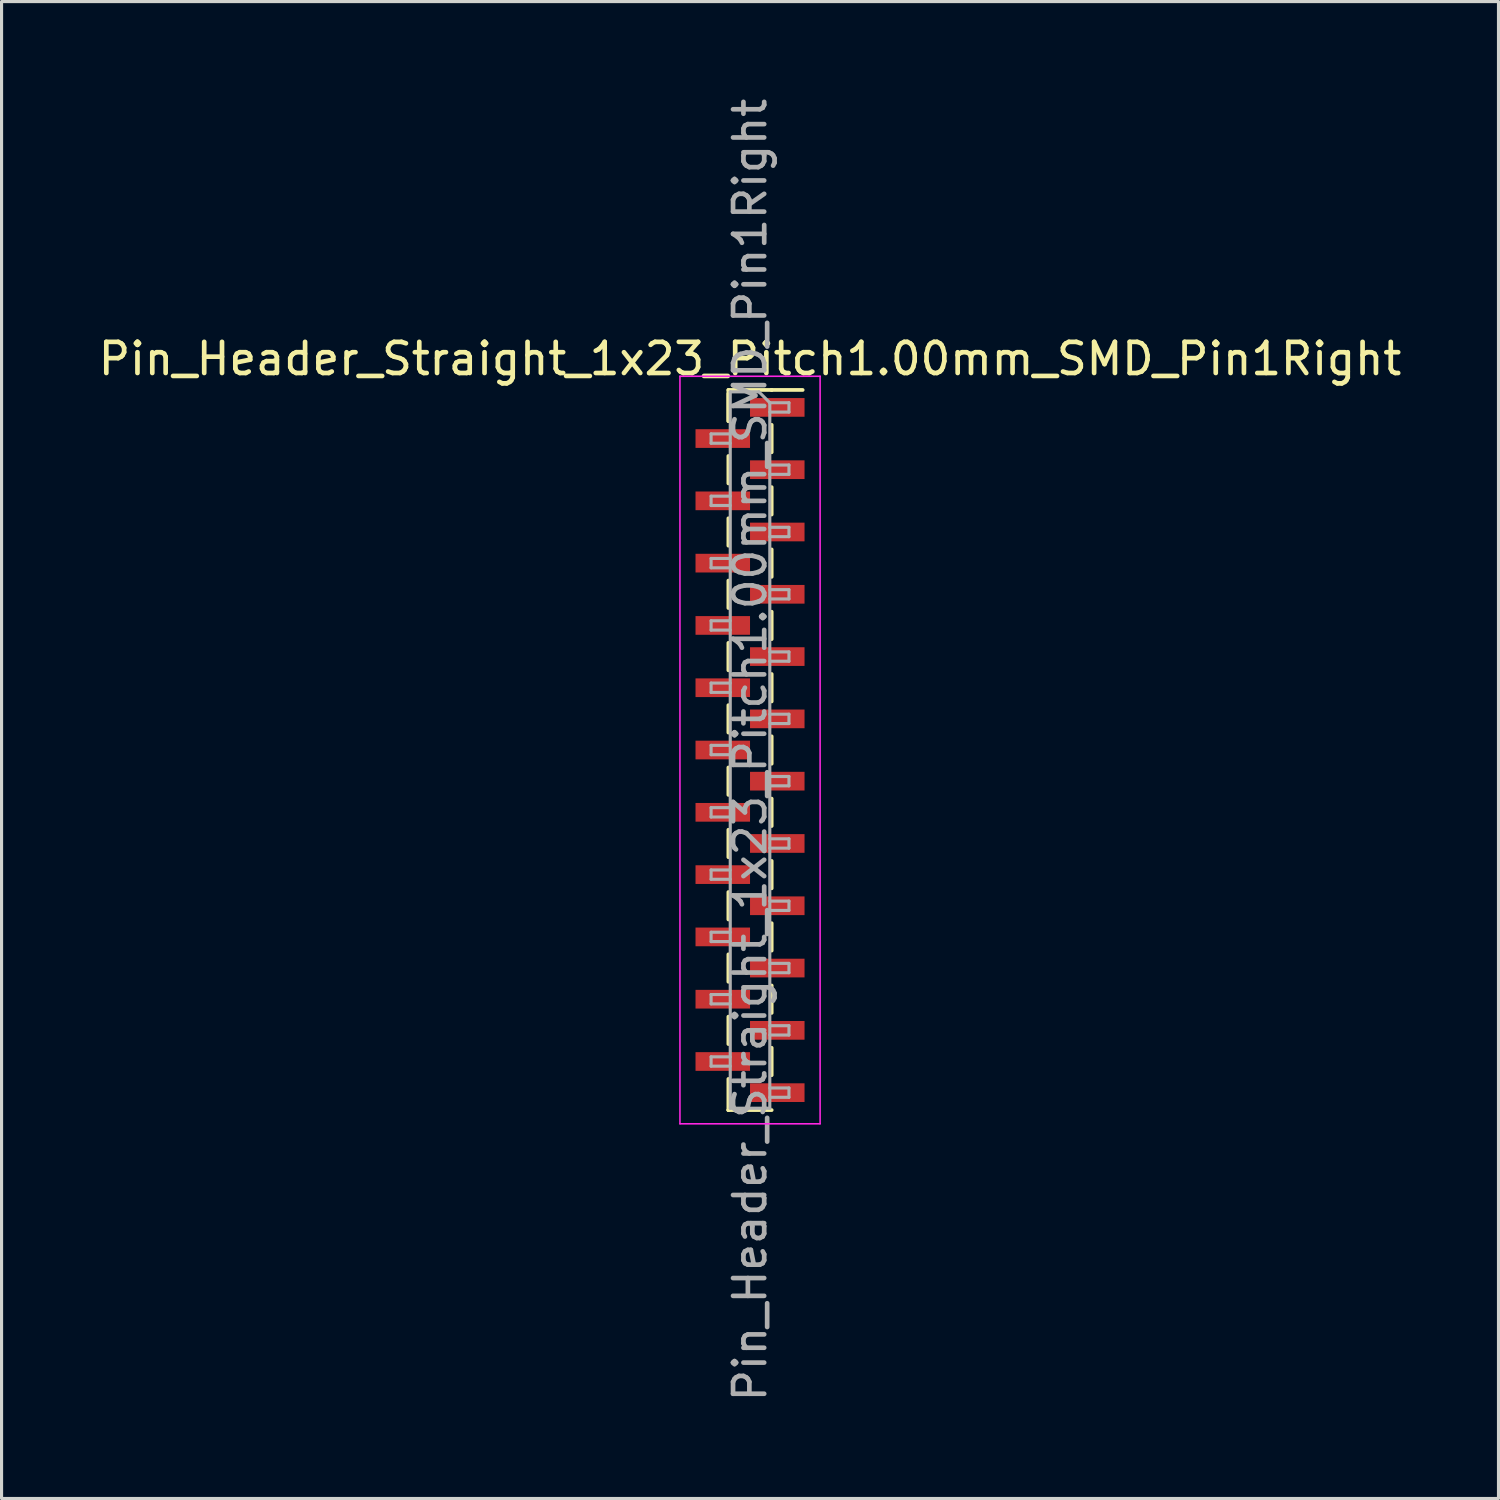
<source format=kicad_pcb>
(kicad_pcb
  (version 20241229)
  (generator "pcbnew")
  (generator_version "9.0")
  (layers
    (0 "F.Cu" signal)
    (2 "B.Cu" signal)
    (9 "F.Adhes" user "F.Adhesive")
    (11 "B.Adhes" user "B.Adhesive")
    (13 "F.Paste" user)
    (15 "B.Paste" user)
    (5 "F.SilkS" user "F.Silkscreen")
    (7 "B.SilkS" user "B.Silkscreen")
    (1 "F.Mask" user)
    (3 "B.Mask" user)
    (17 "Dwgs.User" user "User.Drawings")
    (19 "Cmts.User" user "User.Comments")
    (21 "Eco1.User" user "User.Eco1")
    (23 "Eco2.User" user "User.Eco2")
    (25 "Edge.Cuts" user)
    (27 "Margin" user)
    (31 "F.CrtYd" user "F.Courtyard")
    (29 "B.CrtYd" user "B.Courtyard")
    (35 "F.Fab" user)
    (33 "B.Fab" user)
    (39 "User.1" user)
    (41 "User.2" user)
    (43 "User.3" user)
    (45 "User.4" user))
  (footprint "Pin_Header_Straight_1x23_Pitch1.00mm_SMD_Pin1Right"
    (layer "F.Cu")
    (at 21.03 21.03)
    (property "Reference" "Pin_Header_Straight_1x23_Pitch1.00mm_SMD_Pin1Right" (at 0 -12.56 0) (layer "F.SilkS") (effects (font (size 1 1) (thickness 0.15))))
    (attr smd)
    (fp_line (start -0.695 -11.56) (end -0.695 -10.56) (stroke (width 0.12) (type solid)) (layer "F.SilkS"))
    (fp_line (start -0.695 -11.56) (end 0.695 -11.56) (stroke (width 0.12) (type solid)) (layer "F.SilkS"))
    (fp_line (start -0.695 -11.44) (end -0.695 -10.56) (stroke (width 0.12) (type solid)) (layer "F.SilkS"))
    (fp_line (start -0.695 -9.44) (end -0.695 -8.56) (stroke (width 0.12) (type solid)) (layer "F.SilkS"))
    (fp_line (start -0.695 -7.44) (end -0.695 -6.56) (stroke (width 0.12) (type solid)) (layer "F.SilkS"))
    (fp_line (start -0.695 -5.44) (end -0.695 -4.56) (stroke (width 0.12) (type solid)) (layer "F.SilkS"))
    (fp_line (start -0.695 -3.44) (end -0.695 -2.56) (stroke (width 0.12) (type solid)) (layer "F.SilkS"))
    (fp_line (start -0.695 -1.44) (end -0.695 -0.56) (stroke (width 0.12) (type solid)) (layer "F.SilkS"))
    (fp_line (start -0.695 0.56) (end -0.695 1.44) (stroke (width 0.12) (type solid)) (layer "F.SilkS"))
    (fp_line (start -0.695 2.56) (end -0.695 3.44) (stroke (width 0.12) (type solid)) (layer "F.SilkS"))
    (fp_line (start -0.695 4.56) (end -0.695 5.44) (stroke (width 0.12) (type solid)) (layer "F.SilkS"))
    (fp_line (start -0.695 6.56) (end -0.695 7.44) (stroke (width 0.12) (type solid)) (layer "F.SilkS"))
    (fp_line (start -0.695 8.56) (end -0.695 9.44) (stroke (width 0.12) (type solid)) (layer "F.SilkS"))
    (fp_line (start -0.695 10.56) (end -0.695 11.56) (stroke (width 0.12) (type solid)) (layer "F.SilkS"))
    (fp_line (start -0.695 11.56) (end -0.695 11.56) (stroke (width 0.12) (type solid)) (layer "F.SilkS"))
    (fp_line (start -0.695 11.56) (end 0.695 11.56) (stroke (width 0.12) (type solid)) (layer "F.SilkS"))
    (fp_line (start 0.695 -11.56) (end 0.695 -11.56) (stroke (width 0.12) (type solid)) (layer "F.SilkS"))
    (fp_line (start 0.695 -11.56) (end 1.69 -11.56) (stroke (width 0.12) (type solid)) (layer "F.SilkS"))
    (fp_line (start 0.695 -10.44) (end 0.695 -9.56) (stroke (width 0.12) (type solid)) (layer "F.SilkS"))
    (fp_line (start 0.695 -8.44) (end 0.695 -7.56) (stroke (width 0.12) (type solid)) (layer "F.SilkS"))
    (fp_line (start 0.695 -6.44) (end 0.695 -5.56) (stroke (width 0.12) (type solid)) (layer "F.SilkS"))
    (fp_line (start 0.695 -4.44) (end 0.695 -3.56) (stroke (width 0.12) (type solid)) (layer "F.SilkS"))
    (fp_line (start 0.695 -2.44) (end 0.695 -1.56) (stroke (width 0.12) (type solid)) (layer "F.SilkS"))
    (fp_line (start 0.695 -0.44) (end 0.695 0.44) (stroke (width 0.12) (type solid)) (layer "F.SilkS"))
    (fp_line (start 0.695 1.56) (end 0.695 2.44) (stroke (width 0.12) (type solid)) (layer "F.SilkS"))
    (fp_line (start 0.695 3.56) (end 0.695 4.44) (stroke (width 0.12) (type solid)) (layer "F.SilkS"))
    (fp_line (start 0.695 5.56) (end 0.695 6.44) (stroke (width 0.12) (type solid)) (layer "F.SilkS"))
    (fp_line (start 0.695 7.56) (end 0.695 8.44) (stroke (width 0.12) (type solid)) (layer "F.SilkS"))
    (fp_line (start 0.695 9.56) (end 0.695 10.44) (stroke (width 0.12) (type solid)) (layer "F.SilkS"))
    (fp_line (start -2.25 -12) (end -2.25 12) (stroke (width 0.05) (type solid)) (layer "F.CrtYd"))
    (fp_line (start -2.25 12) (end 2.25 12) (stroke (width 0.05) (type solid)) (layer "F.CrtYd"))
    (fp_line (start 2.25 -12) (end -2.25 -12) (stroke (width 0.05) (type solid)) (layer "F.CrtYd"))
    (fp_line (start 2.25 12) (end 2.25 -12) (stroke (width 0.05) (type solid)) (layer "F.CrtYd"))
    (fp_line (start -1.25 -10.15) (end -1.25 -9.85) (stroke (width 0.1) (type solid)) (layer "F.Fab"))
    (fp_line (start -1.25 -9.85) (end -0.635 -9.85) (stroke (width 0.1) (type solid)) (layer "F.Fab"))
    (fp_line (start -1.25 -8.15) (end -1.25 -7.85) (stroke (width 0.1) (type solid)) (layer "F.Fab"))
    (fp_line (start -1.25 -7.85) (end -0.635 -7.85) (stroke (width 0.1) (type solid)) (layer "F.Fab"))
    (fp_line (start -1.25 -6.15) (end -1.25 -5.85) (stroke (width 0.1) (type solid)) (layer "F.Fab"))
    (fp_line (start -1.25 -5.85) (end -0.635 -5.85) (stroke (width 0.1) (type solid)) (layer "F.Fab"))
    (fp_line (start -1.25 -4.15) (end -1.25 -3.85) (stroke (width 0.1) (type solid)) (layer "F.Fab"))
    (fp_line (start -1.25 -3.85) (end -0.635 -3.85) (stroke (width 0.1) (type solid)) (layer "F.Fab"))
    (fp_line (start -1.25 -2.15) (end -1.25 -1.85) (stroke (width 0.1) (type solid)) (layer "F.Fab"))
    (fp_line (start -1.25 -1.85) (end -0.635 -1.85) (stroke (width 0.1) (type solid)) (layer "F.Fab"))
    (fp_line (start -1.25 -0.15) (end -1.25 0.15) (stroke (width 0.1) (type solid)) (layer "F.Fab"))
    (fp_line (start -1.25 0.15) (end -0.635 0.15) (stroke (width 0.1) (type solid)) (layer "F.Fab"))
    (fp_line (start -1.25 1.85) (end -1.25 2.15) (stroke (width 0.1) (type solid)) (layer "F.Fab"))
    (fp_line (start -1.25 2.15) (end -0.635 2.15) (stroke (width 0.1) (type solid)) (layer "F.Fab"))
    (fp_line (start -1.25 3.85) (end -1.25 4.15) (stroke (width 0.1) (type solid)) (layer "F.Fab"))
    (fp_line (start -1.25 4.15) (end -0.635 4.15) (stroke (width 0.1) (type solid)) (layer "F.Fab"))
    (fp_line (start -1.25 5.85) (end -1.25 6.15) (stroke (width 0.1) (type solid)) (layer "F.Fab"))
    (fp_line (start -1.25 6.15) (end -0.635 6.15) (stroke (width 0.1) (type solid)) (layer "F.Fab"))
    (fp_line (start -1.25 7.85) (end -1.25 8.15) (stroke (width 0.1) (type solid)) (layer "F.Fab"))
    (fp_line (start -1.25 8.15) (end -0.635 8.15) (stroke (width 0.1) (type solid)) (layer "F.Fab"))
    (fp_line (start -1.25 9.85) (end -1.25 10.15) (stroke (width 0.1) (type solid)) (layer "F.Fab"))
    (fp_line (start -1.25 10.15) (end -0.635 10.15) (stroke (width 0.1) (type solid)) (layer "F.Fab"))
    (fp_line (start -0.635 -11.5) (end -0.635 11.5) (stroke (width 0.1) (type solid)) (layer "F.Fab"))
    (fp_line (start -0.635 -11.5) (end 0.285 -11.5) (stroke (width 0.1) (type solid)) (layer "F.Fab"))
    (fp_line (start -0.635 -10.15) (end -1.25 -10.15) (stroke (width 0.1) (type solid)) (layer "F.Fab"))
    (fp_line (start -0.635 -8.15) (end -1.25 -8.15) (stroke (width 0.1) (type solid)) (layer "F.Fab"))
    (fp_line (start -0.635 -6.15) (end -1.25 -6.15) (stroke (width 0.1) (type solid)) (layer "F.Fab"))
    (fp_line (start -0.635 -4.15) (end -1.25 -4.15) (stroke (width 0.1) (type solid)) (layer "F.Fab"))
    (fp_line (start -0.635 -2.15) (end -1.25 -2.15) (stroke (width 0.1) (type solid)) (layer "F.Fab"))
    (fp_line (start -0.635 -0.15) (end -1.25 -0.15) (stroke (width 0.1) (type solid)) (layer "F.Fab"))
    (fp_line (start -0.635 1.85) (end -1.25 1.85) (stroke (width 0.1) (type solid)) (layer "F.Fab"))
    (fp_line (start -0.635 3.85) (end -1.25 3.85) (stroke (width 0.1) (type solid)) (layer "F.Fab"))
    (fp_line (start -0.635 5.85) (end -1.25 5.85) (stroke (width 0.1) (type solid)) (layer "F.Fab"))
    (fp_line (start -0.635 7.85) (end -1.25 7.85) (stroke (width 0.1) (type solid)) (layer "F.Fab"))
    (fp_line (start -0.635 9.85) (end -1.25 9.85) (stroke (width 0.1) (type solid)) (layer "F.Fab"))
    (fp_line (start 0.635 -11.15) (end 0.285 -11.5) (stroke (width 0.1) (type solid)) (layer "F.Fab"))
    (fp_line (start 0.635 -11.15) (end 1.25 -11.15) (stroke (width 0.1) (type solid)) (layer "F.Fab"))
    (fp_line (start 0.635 -9.15) (end 1.25 -9.15) (stroke (width 0.1) (type solid)) (layer "F.Fab"))
    (fp_line (start 0.635 -7.15) (end 1.25 -7.15) (stroke (width 0.1) (type solid)) (layer "F.Fab"))
    (fp_line (start 0.635 -5.15) (end 1.25 -5.15) (stroke (width 0.1) (type solid)) (layer "F.Fab"))
    (fp_line (start 0.635 -3.15) (end 1.25 -3.15) (stroke (width 0.1) (type solid)) (layer "F.Fab"))
    (fp_line (start 0.635 -1.15) (end 1.25 -1.15) (stroke (width 0.1) (type solid)) (layer "F.Fab"))
    (fp_line (start 0.635 0.85) (end 1.25 0.85) (stroke (width 0.1) (type solid)) (layer "F.Fab"))
    (fp_line (start 0.635 2.85) (end 1.25 2.85) (stroke (width 0.1) (type solid)) (layer "F.Fab"))
    (fp_line (start 0.635 4.85) (end 1.25 4.85) (stroke (width 0.1) (type solid)) (layer "F.Fab"))
    (fp_line (start 0.635 6.85) (end 1.25 6.85) (stroke (width 0.1) (type solid)) (layer "F.Fab"))
    (fp_line (start 0.635 8.85) (end 1.25 8.85) (stroke (width 0.1) (type solid)) (layer "F.Fab"))
    (fp_line (start 0.635 10.85) (end 1.25 10.85) (stroke (width 0.1) (type solid)) (layer "F.Fab"))
    (fp_line (start 0.635 11.5) (end -0.635 11.5) (stroke (width 0.1) (type solid)) (layer "F.Fab"))
    (fp_line (start 0.635 11.5) (end 0.635 -11.15) (stroke (width 0.1) (type solid)) (layer "F.Fab"))
    (fp_line (start 1.25 -11.15) (end 1.25 -10.85) (stroke (width 0.1) (type solid)) (layer "F.Fab"))
    (fp_line (start 1.25 -10.85) (end 0.635 -10.85) (stroke (width 0.1) (type solid)) (layer "F.Fab"))
    (fp_line (start 1.25 -9.15) (end 1.25 -8.85) (stroke (width 0.1) (type solid)) (layer "F.Fab"))
    (fp_line (start 1.25 -8.85) (end 0.635 -8.85) (stroke (width 0.1) (type solid)) (layer "F.Fab"))
    (fp_line (start 1.25 -7.15) (end 1.25 -6.85) (stroke (width 0.1) (type solid)) (layer "F.Fab"))
    (fp_line (start 1.25 -6.85) (end 0.635 -6.85) (stroke (width 0.1) (type solid)) (layer "F.Fab"))
    (fp_line (start 1.25 -5.15) (end 1.25 -4.85) (stroke (width 0.1) (type solid)) (layer "F.Fab"))
    (fp_line (start 1.25 -4.85) (end 0.635 -4.85) (stroke (width 0.1) (type solid)) (layer "F.Fab"))
    (fp_line (start 1.25 -3.15) (end 1.25 -2.85) (stroke (width 0.1) (type solid)) (layer "F.Fab"))
    (fp_line (start 1.25 -2.85) (end 0.635 -2.85) (stroke (width 0.1) (type solid)) (layer "F.Fab"))
    (fp_line (start 1.25 -1.15) (end 1.25 -0.85) (stroke (width 0.1) (type solid)) (layer "F.Fab"))
    (fp_line (start 1.25 -0.85) (end 0.635 -0.85) (stroke (width 0.1) (type solid)) (layer "F.Fab"))
    (fp_line (start 1.25 0.85) (end 1.25 1.15) (stroke (width 0.1) (type solid)) (layer "F.Fab"))
    (fp_line (start 1.25 1.15) (end 0.635 1.15) (stroke (width 0.1) (type solid)) (layer "F.Fab"))
    (fp_line (start 1.25 2.85) (end 1.25 3.15) (stroke (width 0.1) (type solid)) (layer "F.Fab"))
    (fp_line (start 1.25 3.15) (end 0.635 3.15) (stroke (width 0.1) (type solid)) (layer "F.Fab"))
    (fp_line (start 1.25 4.85) (end 1.25 5.15) (stroke (width 0.1) (type solid)) (layer "F.Fab"))
    (fp_line (start 1.25 5.15) (end 0.635 5.15) (stroke (width 0.1) (type solid)) (layer "F.Fab"))
    (fp_line (start 1.25 6.85) (end 1.25 7.15) (stroke (width 0.1) (type solid)) (layer "F.Fab"))
    (fp_line (start 1.25 7.15) (end 0.635 7.15) (stroke (width 0.1) (type solid)) (layer "F.Fab"))
    (fp_line (start 1.25 8.85) (end 1.25 9.15) (stroke (width 0.1) (type solid)) (layer "F.Fab"))
    (fp_line (start 1.25 9.15) (end 0.635 9.15) (stroke (width 0.1) (type solid)) (layer "F.Fab"))
    (fp_line (start 1.25 10.85) (end 1.25 11.15) (stroke (width 0.1) (type solid)) (layer "F.Fab"))
    (fp_line (start 1.25 11.15) (end 0.635 11.15) (stroke (width 0.1) (type solid)) (layer "F.Fab"))
    (fp_text user "${REFERENCE}" (at 0 0 90) (layer "F.Fab") (effects (font (size 1 1) (thickness 0.15))))
    (pad "1" smd rect (at 0.875 -11) (size 1.75 0.6) (layers "F.Cu" "F.Mask" "F.Paste"))
    (pad "2" smd rect (at -0.875 -10) (size 1.75 0.6) (layers "F.Cu" "F.Mask" "F.Paste"))
    (pad "3" smd rect (at 0.875 -9) (size 1.75 0.6) (layers "F.Cu" "F.Mask" "F.Paste"))
    (pad "4" smd rect (at -0.875 -8) (size 1.75 0.6) (layers "F.Cu" "F.Mask" "F.Paste"))
    (pad "5" smd rect (at 0.875 -7) (size 1.75 0.6) (layers "F.Cu" "F.Mask" "F.Paste"))
    (pad "6" smd rect (at -0.875 -6) (size 1.75 0.6) (layers "F.Cu" "F.Mask" "F.Paste"))
    (pad "7" smd rect (at 0.875 -5) (size 1.75 0.6) (layers "F.Cu" "F.Mask" "F.Paste"))
    (pad "8" smd rect (at -0.875 -4) (size 1.75 0.6) (layers "F.Cu" "F.Mask" "F.Paste"))
    (pad "9" smd rect (at 0.875 -3) (size 1.75 0.6) (layers "F.Cu" "F.Mask" "F.Paste"))
    (pad "10" smd rect (at -0.875 -2) (size 1.75 0.6) (layers "F.Cu" "F.Mask" "F.Paste"))
    (pad "11" smd rect (at 0.875 -1) (size 1.75 0.6) (layers "F.Cu" "F.Mask" "F.Paste"))
    (pad "12" smd rect (at -0.875 0) (size 1.75 0.6) (layers "F.Cu" "F.Mask" "F.Paste"))
    (pad "13" smd rect (at 0.875 1) (size 1.75 0.6) (layers "F.Cu" "F.Mask" "F.Paste"))
    (pad "14" smd rect (at -0.875 2) (size 1.75 0.6) (layers "F.Cu" "F.Mask" "F.Paste"))
    (pad "15" smd rect (at 0.875 3) (size 1.75 0.6) (layers "F.Cu" "F.Mask" "F.Paste"))
    (pad "16" smd rect (at -0.875 4) (size 1.75 0.6) (layers "F.Cu" "F.Mask" "F.Paste"))
    (pad "17" smd rect (at 0.875 5) (size 1.75 0.6) (layers "F.Cu" "F.Mask" "F.Paste"))
    (pad "18" smd rect (at -0.875 6) (size 1.75 0.6) (layers "F.Cu" "F.Mask" "F.Paste"))
    (pad "19" smd rect (at 0.875 7) (size 1.75 0.6) (layers "F.Cu" "F.Mask" "F.Paste"))
    (pad "20" smd rect (at -0.875 8) (size 1.75 0.6) (layers "F.Cu" "F.Mask" "F.Paste"))
    (pad "21" smd rect (at 0.875 9) (size 1.75 0.6) (layers "F.Cu" "F.Mask" "F.Paste"))
    (pad "22" smd rect (at -0.875 10) (size 1.75 0.6) (layers "F.Cu" "F.Mask" "F.Paste"))
    (pad "23" smd rect (at 0.875 11) (size 1.75 0.6) (layers "F.Cu" "F.Mask" "F.Paste")))
  (gr_rect
    (start -3 -3)
    (end 45.06 45.06)
    (stroke (width 0.1) (type default))
    (fill no)
    (layer "Edge.Cuts")))
</source>
